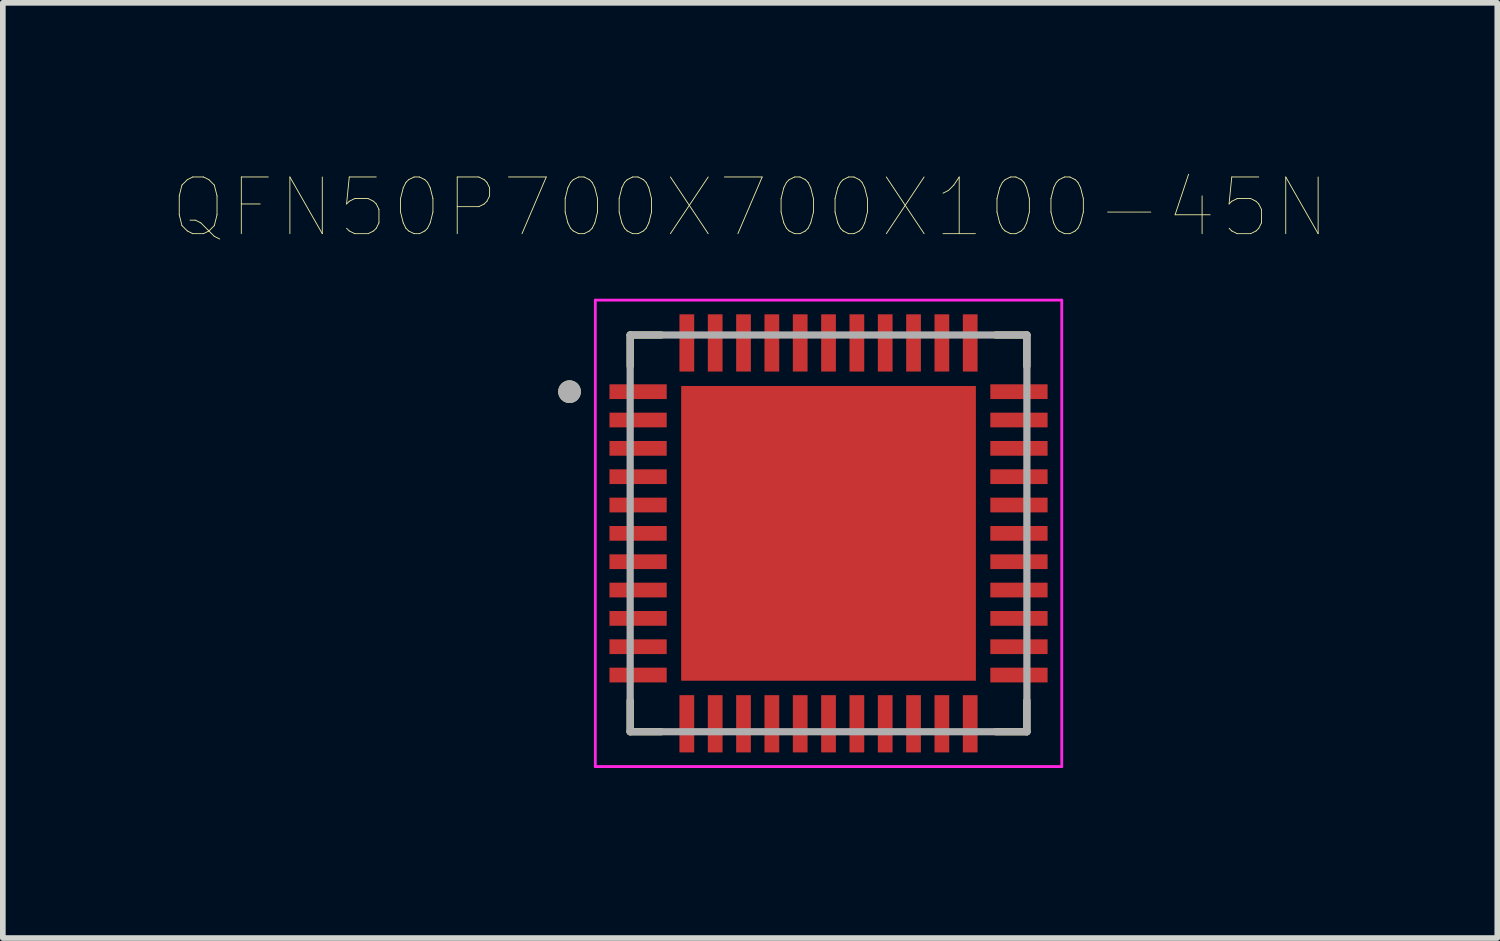
<source format=kicad_pcb>
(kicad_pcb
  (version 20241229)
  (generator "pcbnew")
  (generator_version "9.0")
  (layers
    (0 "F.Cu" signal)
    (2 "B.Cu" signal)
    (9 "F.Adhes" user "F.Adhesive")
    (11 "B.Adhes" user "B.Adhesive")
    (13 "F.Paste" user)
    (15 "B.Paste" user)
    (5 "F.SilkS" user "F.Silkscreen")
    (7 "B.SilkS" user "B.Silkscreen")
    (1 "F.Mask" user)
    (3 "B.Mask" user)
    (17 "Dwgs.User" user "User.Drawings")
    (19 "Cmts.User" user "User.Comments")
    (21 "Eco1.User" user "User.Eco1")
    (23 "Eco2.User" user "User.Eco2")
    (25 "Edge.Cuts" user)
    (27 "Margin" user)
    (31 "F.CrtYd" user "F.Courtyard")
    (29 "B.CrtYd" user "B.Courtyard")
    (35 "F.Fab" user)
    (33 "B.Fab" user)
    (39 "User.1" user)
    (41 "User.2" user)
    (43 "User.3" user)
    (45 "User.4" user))
  (footprint "QFN50P700X700X100-45N"
    (layer "F.Cu")
    (at 11.569 6.361)
    (property "Reference" "QFN50P700X700X100-45N" (at -1.385 -5.75 0) (layer "F.SilkS") (effects (font (size 1 1) (thickness 0.015))))
    (attr through_hole)
    (fp_line (start -3.5 -3.5) (end -3.5 -2.95) (stroke (width 0.127) (type solid)) (layer "F.SilkS"))
    (fp_line (start -3.5 -3.5) (end -2.95 -3.5) (stroke (width 0.127) (type solid)) (layer "F.SilkS"))
    (fp_line (start -3.5 3.5) (end -3.5 2.95) (stroke (width 0.127) (type solid)) (layer "F.SilkS"))
    (fp_line (start -3.5 3.5) (end -2.95 3.5) (stroke (width 0.127) (type solid)) (layer "F.SilkS"))
    (fp_line (start 3.5 -3.5) (end 2.95 -3.5) (stroke (width 0.127) (type solid)) (layer "F.SilkS"))
    (fp_line (start 3.5 -3.5) (end 3.5 -2.95) (stroke (width 0.127) (type solid)) (layer "F.SilkS"))
    (fp_line (start 3.5 3.5) (end 2.95 3.5) (stroke (width 0.127) (type solid)) (layer "F.SilkS"))
    (fp_line (start 3.5 3.5) (end 3.5 2.95) (stroke (width 0.127) (type solid)) (layer "F.SilkS"))
    (fp_circle (center -4.57 -2.5) (end -4.47 -2.5) (stroke (width 0.2) (type solid)) (fill no) (layer "F.SilkS"))
    (fp_poly (pts (xy -2.12 -2.12) (xy -0.48 -2.12) (xy -0.48 -0.48) (xy -2.12 -0.48)) (stroke (width 0.01) (type solid)) (fill yes) (layer "F.Paste"))
    (fp_poly (pts (xy -2.12 0.48) (xy -0.48 0.48) (xy -0.48 2.12) (xy -2.12 2.12)) (stroke (width 0.01) (type solid)) (fill yes) (layer "F.Paste"))
    (fp_poly (pts (xy 0.48 -2.12) (xy 2.12 -2.12) (xy 2.12 -0.48) (xy 0.48 -0.48)) (stroke (width 0.01) (type solid)) (fill yes) (layer "F.Paste"))
    (fp_poly (pts (xy 0.48 0.48) (xy 2.12 0.48) (xy 2.12 2.12) (xy 0.48 2.12)) (stroke (width 0.01) (type solid)) (fill yes) (layer "F.Paste"))
    (fp_line (start -4.115 -4.115) (end 4.115 -4.115) (stroke (width 0.05) (type solid)) (layer "F.CrtYd"))
    (fp_line (start -4.115 4.115) (end -4.115 -4.115) (stroke (width 0.05) (type solid)) (layer "F.CrtYd"))
    (fp_line (start -4.115 4.115) (end 4.115 4.115) (stroke (width 0.05) (type solid)) (layer "F.CrtYd"))
    (fp_line (start 4.115 4.115) (end 4.115 -4.115) (stroke (width 0.05) (type solid)) (layer "F.CrtYd"))
    (fp_line (start -3.5 3.5) (end -3.5 -3.5) (stroke (width 0.127) (type solid)) (layer "F.Fab"))
    (fp_line (start 3.5 -3.5) (end -3.5 -3.5) (stroke (width 0.127) (type solid)) (layer "F.Fab"))
    (fp_line (start 3.5 3.5) (end -3.5 3.5) (stroke (width 0.127) (type solid)) (layer "F.Fab"))
    (fp_line (start 3.5 3.5) (end 3.5 -3.5) (stroke (width 0.127) (type solid)) (layer "F.Fab"))
    (fp_circle (center -4.57 -2.5) (end -4.47 -2.5) (stroke (width 0.2) (type solid)) (fill no) (layer "F.Fab"))
    (pad "1" smd rect (at -3.36 -2.5) (size 1.01 0.26) (layers "F.Cu" "F.Mask" "F.Paste"))
    (pad "2" smd rect (at -3.36 -2) (size 1.01 0.26) (layers "F.Cu" "F.Mask" "F.Paste"))
    (pad "3" smd rect (at -3.36 -1.5) (size 1.01 0.26) (layers "F.Cu" "F.Mask" "F.Paste"))
    (pad "4" smd rect (at -3.36 -1) (size 1.01 0.26) (layers "F.Cu" "F.Mask" "F.Paste"))
    (pad "5" smd rect (at -3.36 -0.5) (size 1.01 0.26) (layers "F.Cu" "F.Mask" "F.Paste"))
    (pad "6" smd rect (at -3.36 0) (size 1.01 0.26) (layers "F.Cu" "F.Mask" "F.Paste"))
    (pad "7" smd rect (at -3.36 0.5) (size 1.01 0.26) (layers "F.Cu" "F.Mask" "F.Paste"))
    (pad "8" smd rect (at -3.36 1) (size 1.01 0.26) (layers "F.Cu" "F.Mask" "F.Paste"))
    (pad "9" smd rect (at -3.36 1.5) (size 1.01 0.26) (layers "F.Cu" "F.Mask" "F.Paste"))
    (pad "10" smd rect (at -3.36 2) (size 1.01 0.26) (layers "F.Cu" "F.Mask" "F.Paste"))
    (pad "11" smd rect (at -3.36 2.5) (size 1.01 0.26) (layers "F.Cu" "F.Mask" "F.Paste"))
    (pad "12" smd rect (at -2.5 3.36) (size 0.26 1.01) (layers "F.Cu" "F.Mask" "F.Paste"))
    (pad "13" smd rect (at -2 3.36) (size 0.26 1.01) (layers "F.Cu" "F.Mask" "F.Paste"))
    (pad "14" smd rect (at -1.5 3.36) (size 0.26 1.01) (layers "F.Cu" "F.Mask" "F.Paste"))
    (pad "15" smd rect (at -1 3.36) (size 0.26 1.01) (layers "F.Cu" "F.Mask" "F.Paste"))
    (pad "16" smd rect (at -0.5 3.36) (size 0.26 1.01) (layers "F.Cu" "F.Mask" "F.Paste"))
    (pad "17" smd rect (at 0 3.36) (size 0.26 1.01) (layers "F.Cu" "F.Mask" "F.Paste"))
    (pad "18" smd rect (at 0.5 3.36) (size 0.26 1.01) (layers "F.Cu" "F.Mask" "F.Paste"))
    (pad "19" smd rect (at 1 3.36) (size 0.26 1.01) (layers "F.Cu" "F.Mask" "F.Paste"))
    (pad "20" smd rect (at 1.5 3.36) (size 0.26 1.01) (layers "F.Cu" "F.Mask" "F.Paste"))
    (pad "21" smd rect (at 2 3.36) (size 0.26 1.01) (layers "F.Cu" "F.Mask" "F.Paste"))
    (pad "22" smd rect (at 2.5 3.36) (size 0.26 1.01) (layers "F.Cu" "F.Mask" "F.Paste"))
    (pad "23" smd rect (at 3.36 2.5) (size 1.01 0.26) (layers "F.Cu" "F.Mask" "F.Paste"))
    (pad "24" smd rect (at 3.36 2) (size 1.01 0.26) (layers "F.Cu" "F.Mask" "F.Paste"))
    (pad "25" smd rect (at 3.36 1.5) (size 1.01 0.26) (layers "F.Cu" "F.Mask" "F.Paste"))
    (pad "26" smd rect (at 3.36 1) (size 1.01 0.26) (layers "F.Cu" "F.Mask" "F.Paste"))
    (pad "27" smd rect (at 3.36 0.5) (size 1.01 0.26) (layers "F.Cu" "F.Mask" "F.Paste"))
    (pad "28" smd rect (at 3.36 0) (size 1.01 0.26) (layers "F.Cu" "F.Mask" "F.Paste"))
    (pad "29" smd rect (at 3.36 -0.5) (size 1.01 0.26) (layers "F.Cu" "F.Mask" "F.Paste"))
    (pad "30" smd rect (at 3.36 -1) (size 1.01 0.26) (layers "F.Cu" "F.Mask" "F.Paste"))
    (pad "31" smd rect (at 3.36 -1.5) (size 1.01 0.26) (layers "F.Cu" "F.Mask" "F.Paste"))
    (pad "32" smd rect (at 3.36 -2) (size 1.01 0.26) (layers "F.Cu" "F.Mask" "F.Paste"))
    (pad "33" smd rect (at 3.36 -2.5) (size 1.01 0.26) (layers "F.Cu" "F.Mask" "F.Paste"))
    (pad "34" smd rect (at 2.5 -3.36) (size 0.26 1.01) (layers "F.Cu" "F.Mask" "F.Paste"))
    (pad "35" smd rect (at 2 -3.36) (size 0.26 1.01) (layers "F.Cu" "F.Mask" "F.Paste"))
    (pad "36" smd rect (at 1.5 -3.36) (size 0.26 1.01) (layers "F.Cu" "F.Mask" "F.Paste"))
    (pad "37" smd rect (at 1 -3.36) (size 0.26 1.01) (layers "F.Cu" "F.Mask" "F.Paste"))
    (pad "38" smd rect (at 0.5 -3.36) (size 0.26 1.01) (layers "F.Cu" "F.Mask" "F.Paste"))
    (pad "39" smd rect (at 0 -3.36) (size 0.26 1.01) (layers "F.Cu" "F.Mask" "F.Paste"))
    (pad "40" smd rect (at -0.5 -3.36) (size 0.26 1.01) (layers "F.Cu" "F.Mask" "F.Paste"))
    (pad "41" smd rect (at -1 -3.36) (size 0.26 1.01) (layers "F.Cu" "F.Mask" "F.Paste"))
    (pad "42" smd rect (at -1.5 -3.36) (size 0.26 1.01) (layers "F.Cu" "F.Mask" "F.Paste"))
    (pad "43" smd rect (at -2 -3.36) (size 0.26 1.01) (layers "F.Cu" "F.Mask" "F.Paste"))
    (pad "44" smd rect (at -2.5 -3.36) (size 0.26 1.01) (layers "F.Cu" "F.Mask" "F.Paste"))
    (pad "45" smd rect (at 0 0) (size 5.2 5.2) (layers "F.Cu" "F.Mask")))
  (gr_rect
    (start -3 -3)
    (end 23.369 13.501)
    (stroke (width 0.1) (type default))
    (fill no)
    (layer "Edge.Cuts")))
</source>
